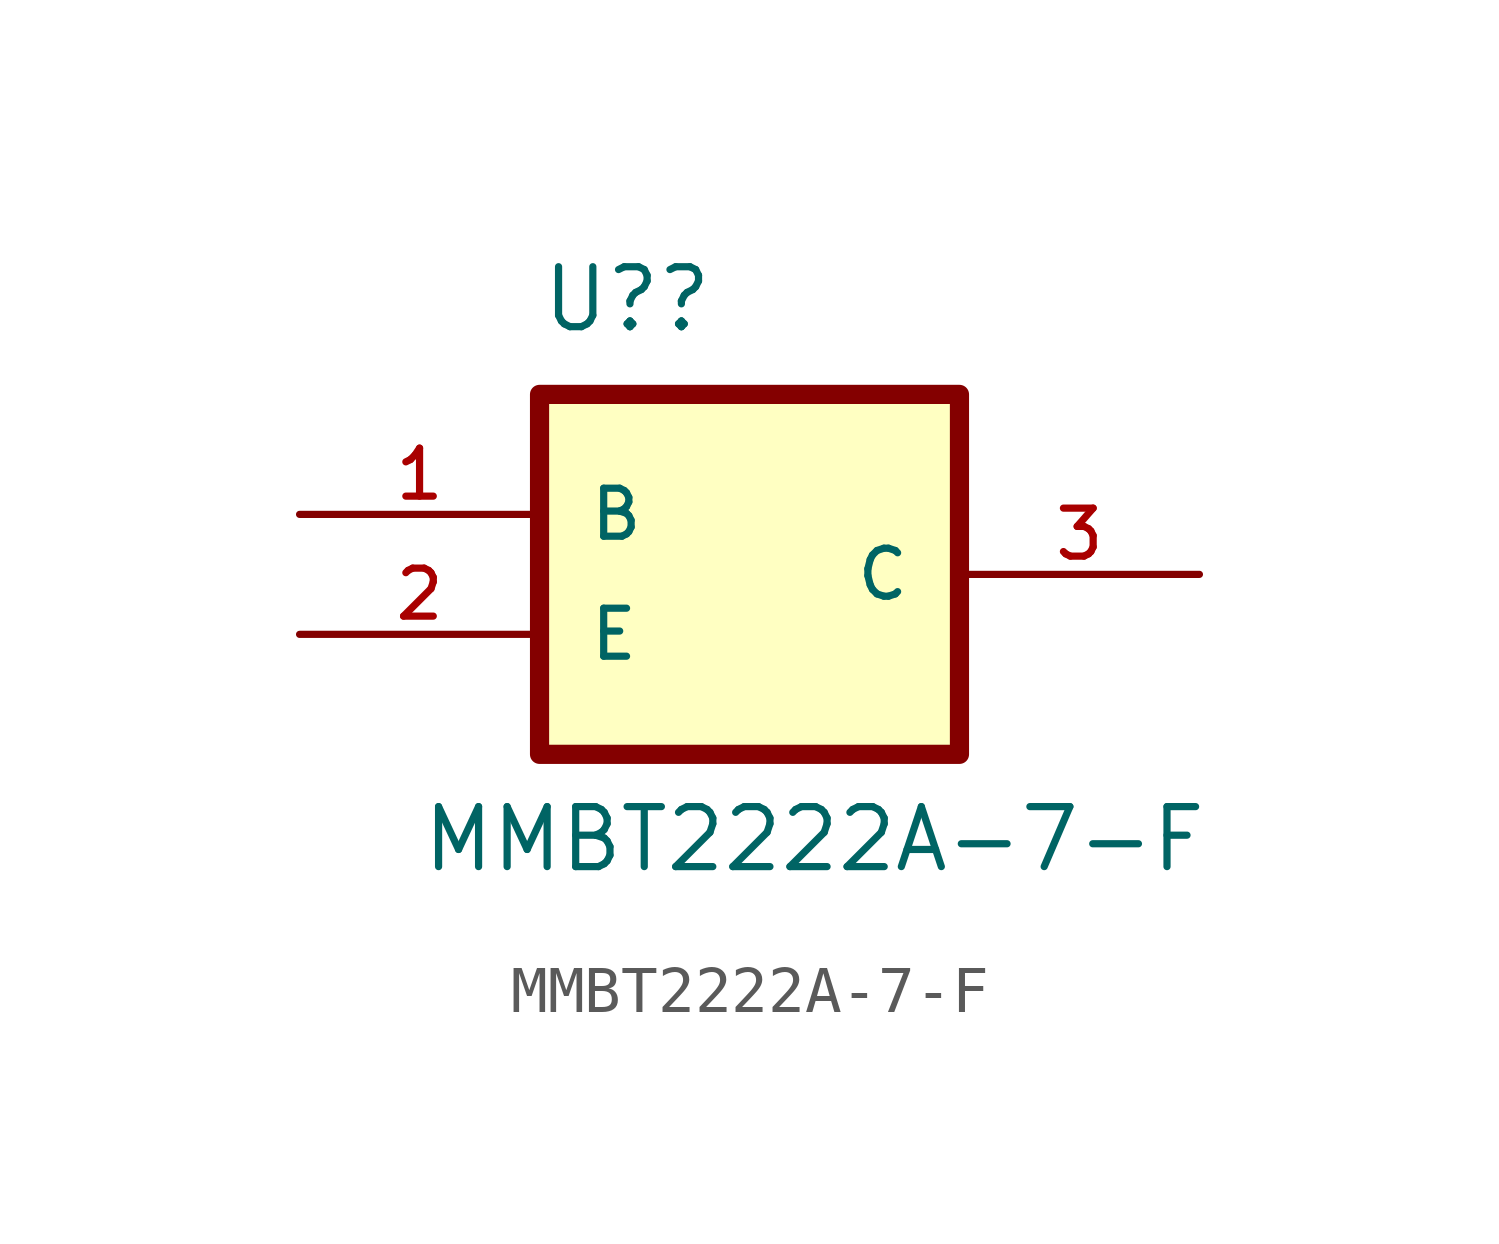
<source format=kicad_sym>
(kicad_symbol_lib
  (version 20220914)
  (generator kicad_symbol_editor)
  (symbol "MMBT2222A-7-F"
    (pin_names
      (offset 1.016))
    (property "Reference" "U?"
      (at -12.7 6.35 0)
      (effects (font (size 1.27 1.27)) (justify left bottom)))
    (property "Value" "MMBT2222A-7-F"
      (at -15.24 -5.08 0)
      (effects (font (size 1.27 1.27)) (justify left bottom)))
    (symbol "MMBT2222A-7-F_0_0"
      (rectangle (start -12.7 5.08) (end -3.81 -2.54) (stroke (width 0.406) (type default)) (fill (type background)))
      (pin input line (at -17.78 2.54 0) (length 5.08) (name "B" (effects (font (size 1.016 1.016)))) (number "1" (effects (font (size 1.016 1.016)))))
      (pin passive line (at -17.78 0 0) (length 5.08) (name "E" (effects (font (size 1.016 1.016)))) (number "2" (effects (font (size 1.016 1.016)))))
      (pin output line (at 1.27 1.27 180) (length 5.08) (name "C" (effects (font (size 1.016 1.016)))) (number "3" (effects (font (size 1.016 1.016))))))))
</source>
